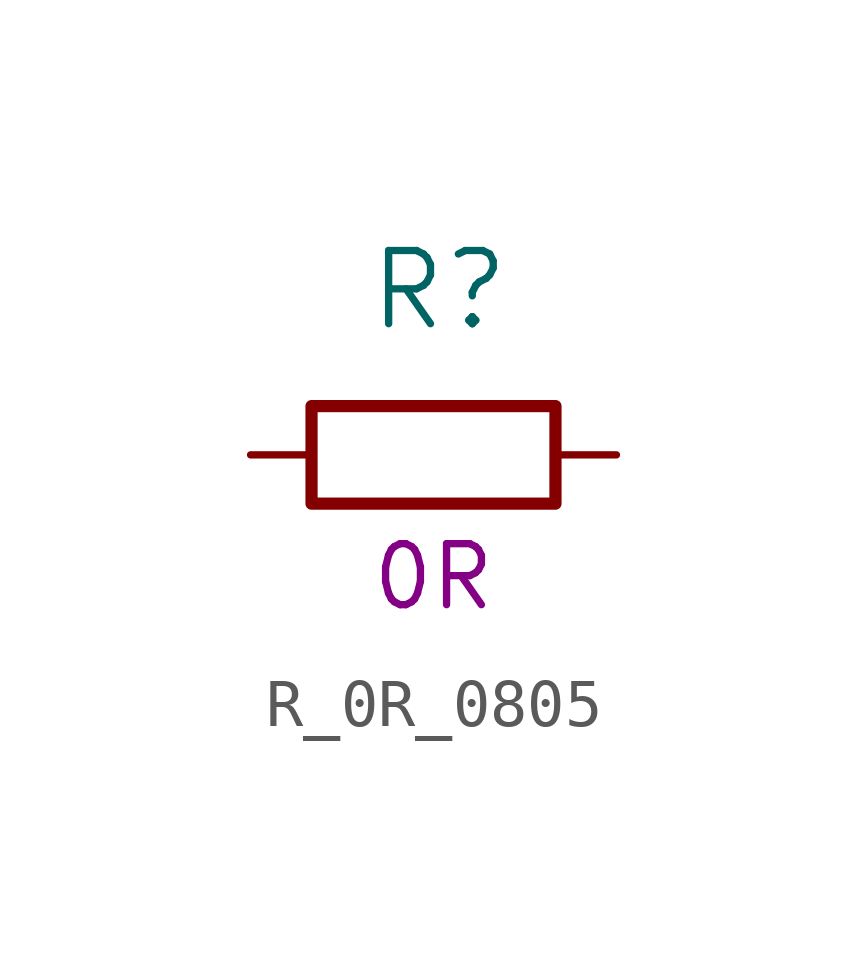
<source format=kicad_sym>
(kicad_symbol_lib
  (version 20211014)
  (generator kicad_symbol_editor)
  (symbol "R_0R_0805"
    (pin_names
      (offset 0))
    (property "Reference" "R"
      (at -1.397 3.429 0)
      (effects (font (size 1.524 1.524)) (justify left)))
    (property "Val" "0R"
      (at 0 -2.54 0)
      (effects (font (size 1.27 1.27))))
    (symbol "R_0R_0805_1_1"
      (rectangle (start 2.54 -1.016) (end -2.54 1.016) (stroke (width 0.254) (type default) (color 0 0 0 0)) (fill (type none)))
      (pin passive line (at -3.81 0 0) (length 1.27) (name "~" (effects (font (size 0 0)))) (number "1" (effects (font (size 0 0)))))
      (pin passive line (at 3.81 0 180) (length 1.27) (name "~" (effects (font (size 0 0)))) (number "2" (effects (font (size 0 0))))))))
</source>
